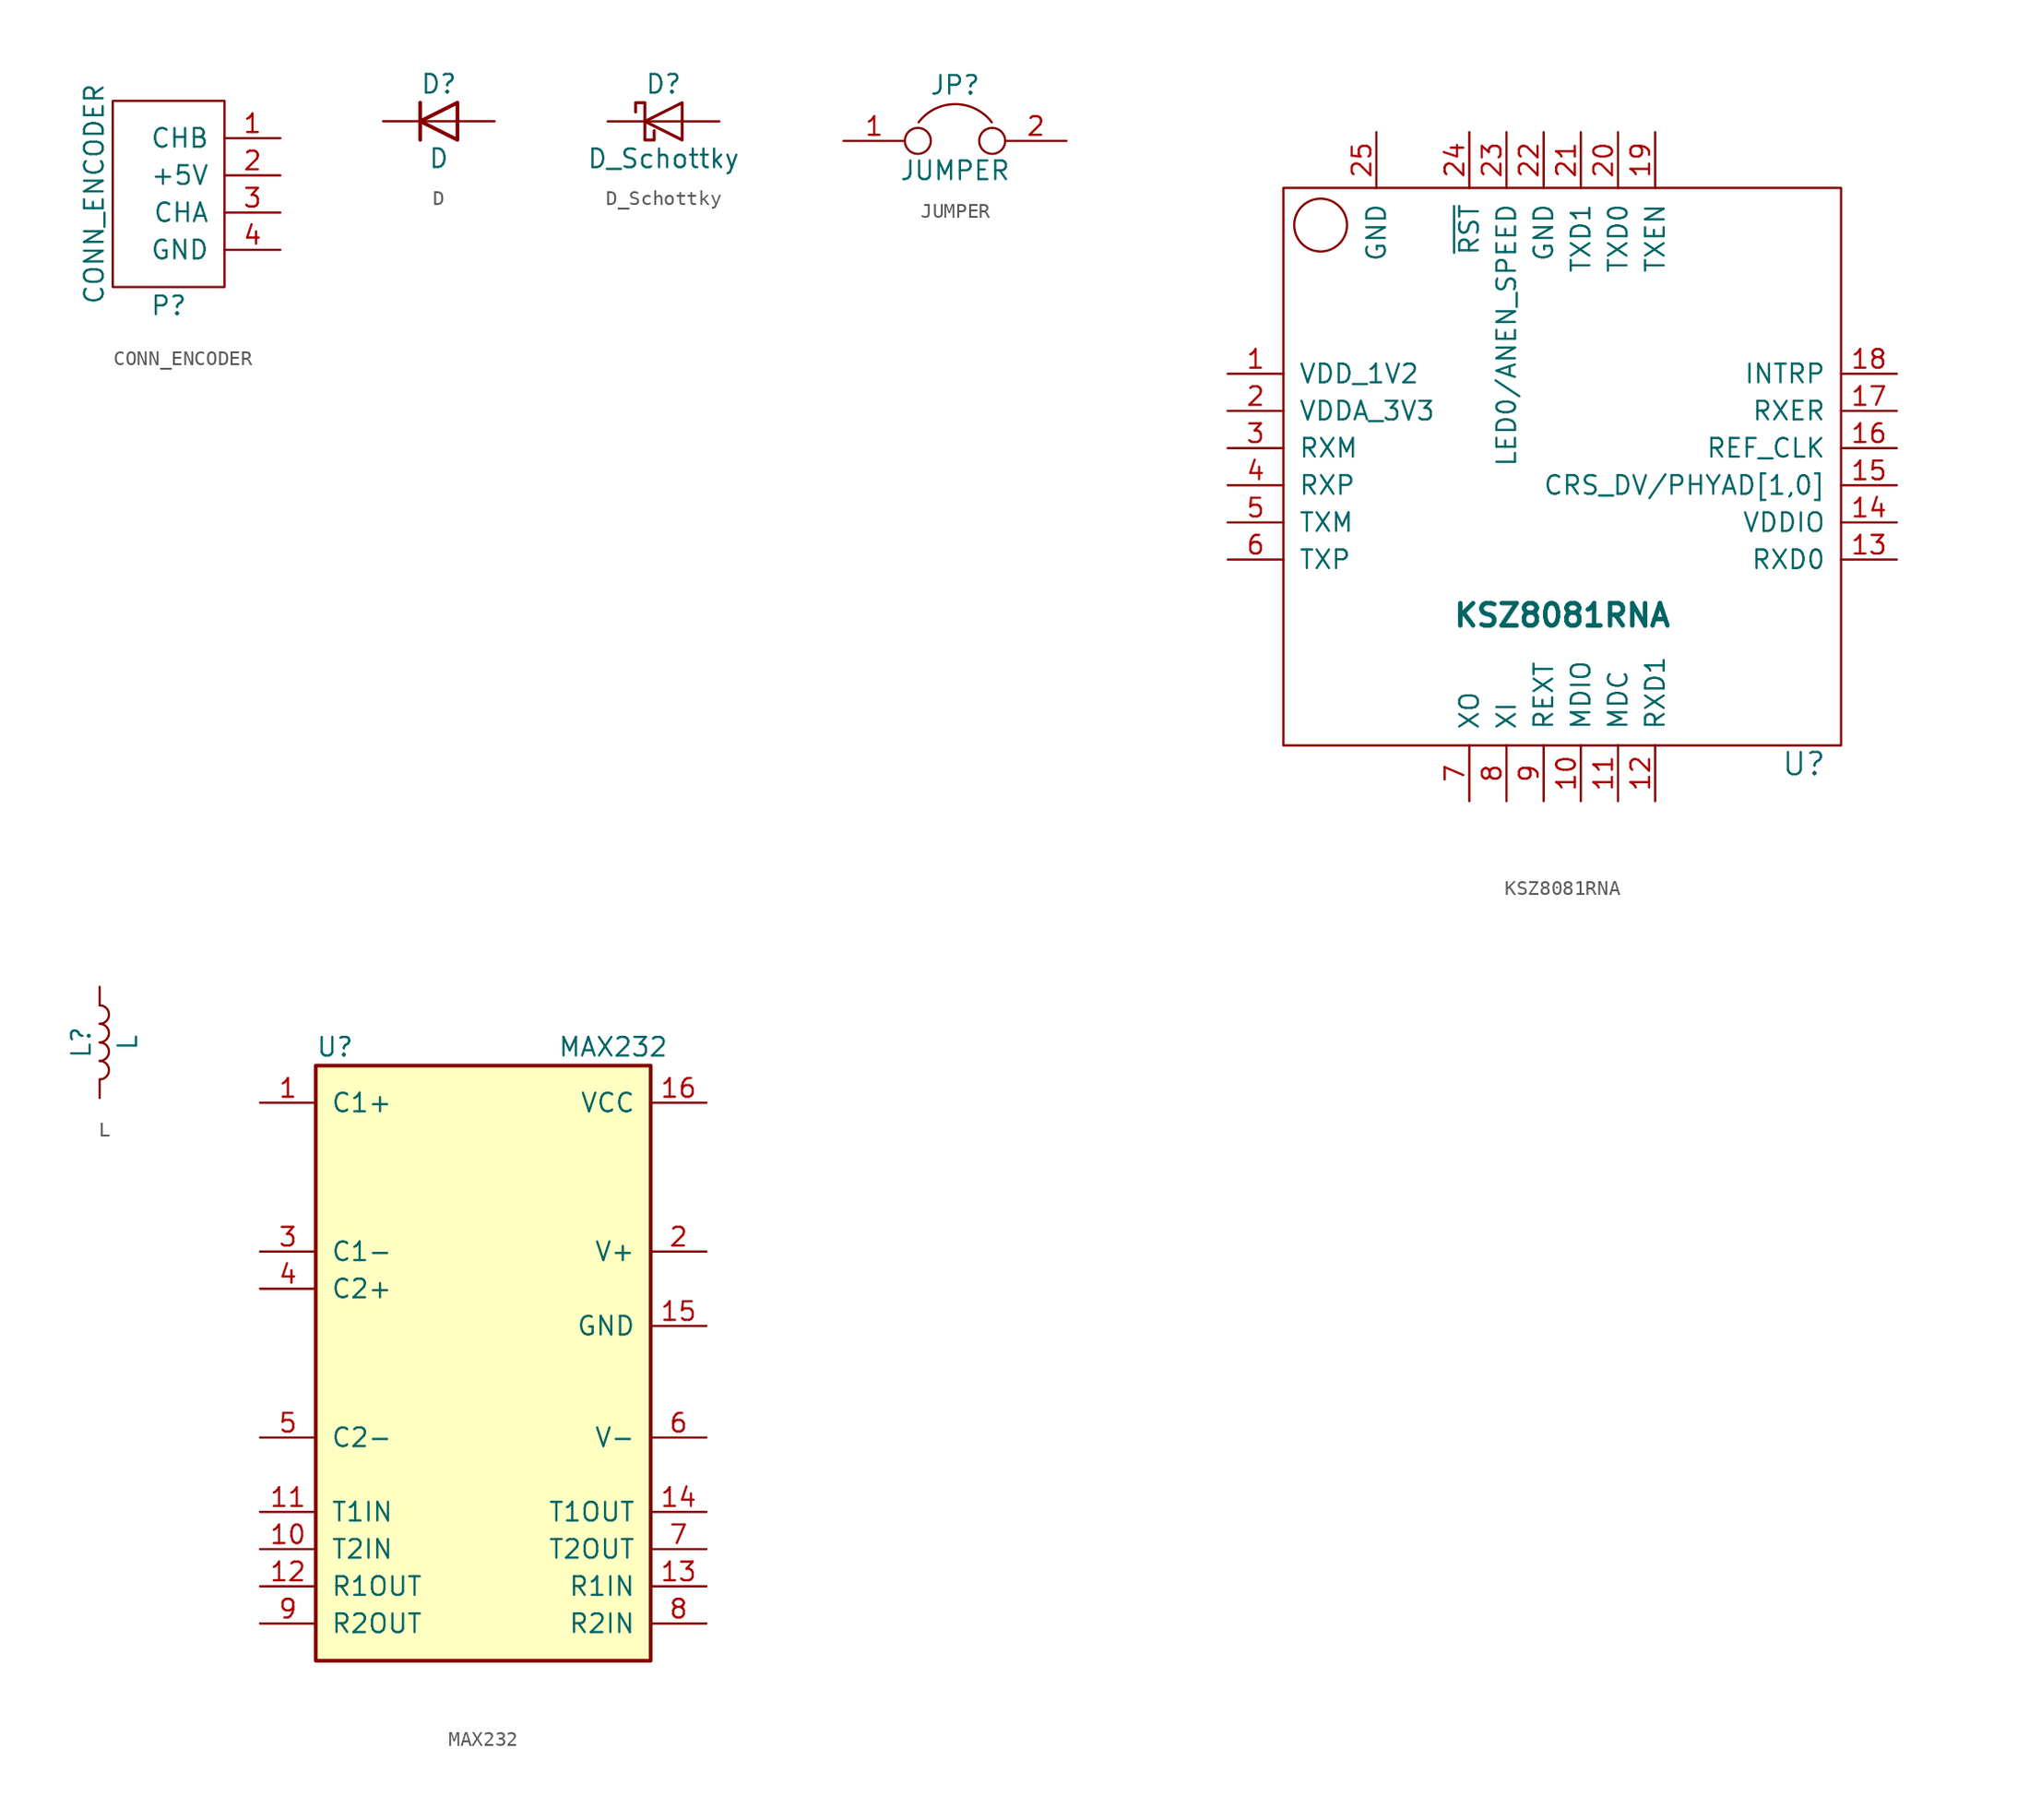
<source format=kicad_sym>
(kicad_symbol_lib
  (version 20231120)
  (generator "kicad_symbol_editor")
  (generator_version "8.0")
  (symbol "CONN_ENCODER"
    (pin_names
      (offset 1.016))
    (property "Reference" "P"
      (at 0 -7.62 0)
      (effects (font (size 1.27 1.27))))
    (property "Value" "CONN_ENCODER"
      (at -5.08 0 90)
      (effects (font (size 1.27 1.27))))
    (symbol "CONN_ENCODER_0_1"
      (rectangle (start -3.81 6.35) (end 3.81 -6.35) (stroke (width 0) (type solid)) (fill (type none))))
    (symbol "CONN_ENCODER_1_1"
      (pin output line (at 7.62 3.81 180) (length 3.81) (name "CHB" (effects (font (size 1.27 1.27)))) (number "1" (effects (font (size 1.27 1.27)))))
      (pin power_in line (at 7.62 1.27 180) (length 3.81) (name "+5V" (effects (font (size 1.27 1.27)))) (number "2" (effects (font (size 1.27 1.27)))))
      (pin output line (at 7.62 -1.27 180) (length 3.81) (name "CHA" (effects (font (size 1.27 1.27)))) (number "3" (effects (font (size 1.27 1.27)))))
      (pin power_in line (at 7.62 -3.81 180) (length 3.81) (name "GND" (effects (font (size 1.27 1.27)))) (number "4" (effects (font (size 1.27 1.27)))))))
  (symbol "D"
    (pin_numbers hide)
    (pin_names
      (offset 1.016) hide)
    (property "Reference" "D"
      (at 0 2.54 0)
      (effects (font (size 1.27 1.27))))
    (property "Value" "D"
      (at 0 -2.54 0)
      (effects (font (size 1.27 1.27))))
    (property "LCSC" ""
      (at 0 0 0)
      (effects (font (size 1.27 1.27))))
    (symbol "D_0_1"
      (polyline (pts (xy -1.27 1.27) (xy -1.27 -1.27)) (stroke (width 0.254) (type default)) (fill (type none)))
      (polyline (pts (xy 1.27 0) (xy -1.27 0)) (stroke (width 0) (type default)) (fill (type none)))
      (polyline (pts (xy 1.27 1.27) (xy 1.27 -1.27) (xy -1.27 0) (xy 1.27 1.27)) (stroke (width 0.254) (type default)) (fill (type none))))
    (symbol "D_1_1"
      (pin passive line (at -3.81 0 0) (length 2.54) (name "K" (effects (font (size 1.27 1.27)))) (number "1" (effects (font (size 1.27 1.27)))))
      (pin passive line (at 3.81 0 180) (length 2.54) (name "A" (effects (font (size 1.27 1.27)))) (number "2" (effects (font (size 1.27 1.27)))))))
  (symbol "D_Schottky"
    (pin_numbers hide)
    (pin_names
      (offset 1.016) hide)
    (property "Reference" "D"
      (at 0 2.54 0)
      (effects (font (size 1.27 1.27))))
    (property "Value" "D_Schottky"
      (at 0 -2.54 0)
      (effects (font (size 1.27 1.27))))
    (property "Footprint" ""
      (at 0 0 0)
      (effects (font (size 1.27 1.27))))
    (property "Datasheet" ""
      (at 0 0 0)
      (effects (font (size 1.27 1.27))))
    (symbol "D_Schottky_0_1"
      (polyline (pts (xy 1.27 0) (xy -1.27 0)) (stroke (width 0) (type solid)) (fill (type none)))
      (polyline (pts (xy 1.27 1.27) (xy 1.27 -1.27) (xy -1.27 0) (xy 1.27 1.27)) (stroke (width 0.203) (type solid)) (fill (type none)))
      (polyline (pts (xy -1.905 0.635) (xy -1.905 1.27) (xy -1.27 1.27) (xy -1.27 -1.27) (xy -0.635 -1.27) (xy -0.635 -0.635)) (stroke (width 0.203) (type solid)) (fill (type none))))
    (symbol "D_Schottky_1_1"
      (pin passive line (at -3.81 0 0) (length 2.54) (name "K" (effects (font (size 1.27 1.27)))) (number "1" (effects (font (size 1.27 1.27)))))
      (pin passive line (at 3.81 0 180) (length 2.54) (name "A" (effects (font (size 1.27 1.27)))) (number "2" (effects (font (size 1.27 1.27)))))))
  (symbol "JUMPER"
    (pin_names
      (offset 0.762) hide)
    (property "Reference" "JP"
      (at 0 3.81 0)
      (effects (font (size 1.27 1.27))))
    (property "Value" "JUMPER"
      (at 0 -2.032 0)
      (effects (font (size 1.27 1.27))))
    (symbol "JUMPER_0_1"
      (circle (center -2.54 0) (radius 0.889) (stroke (width 0) (type solid)) (fill (type none)))
      (arc (start 2.5146 1.27) (mid 0.0078 2.5097) (end -2.4892 1.27) (stroke (width 0) (type solid)) (fill (type none)))
      (circle (center 2.54 0) (radius 0.889) (stroke (width 0) (type solid)) (fill (type none)))
      (pin passive line (at -7.62 0 0) (length 4.191) (name "1" (effects (font (size 1.27 1.27)))) (number "1" (effects (font (size 1.27 1.27)))))
      (pin passive line (at 7.62 0 180) (length 4.191) (name "2" (effects (font (size 1.27 1.27)))) (number "2" (effects (font (size 1.27 1.27)))))))
  (symbol "KSZ8081RNA"
    (pin_names
      (offset 1.016))
    (property "Reference" "U"
      (at 16.51 -20.32 0)
      (effects (font (size 1.524 1.524))))
    (property "Value" "KSZ8081RNA"
      (at 0 -10.16 0)
      (effects (font (size 1.524 1.524) (bold yes))))
    (symbol "KSZ8081RNA_0_1"
      (rectangle (start -19.05 19.05) (end 19.05 -19.05) (stroke (width 0) (type solid)) (fill (type none)))
      (circle (center -16.51 16.51) (radius 1.803) (stroke (width 0) (type solid)) (fill (type none))))
    (symbol "KSZ8081RNA_1_1"
      (pin passive line (at -22.86 6.35 0) (length 3.81) (name "VDD_1V2" (effects (font (size 1.27 1.27)))) (number "1" (effects (font (size 1.27 1.27)))))
      (pin passive line (at 1.27 -22.86 90) (length 3.81) (name "MDIO" (effects (font (size 1.27 1.27)))) (number "10" (effects (font (size 1.27 1.27)))))
      (pin passive line (at 3.81 -22.86 90) (length 3.81) (name "MDC" (effects (font (size 1.27 1.27)))) (number "11" (effects (font (size 1.27 1.27)))))
      (pin passive line (at 6.35 -22.86 90) (length 3.81) (name "RXD1" (effects (font (size 1.27 1.27)))) (number "12" (effects (font (size 1.27 1.27)))))
      (pin passive line (at 22.86 -6.35 180) (length 3.81) (name "RXD0" (effects (font (size 1.27 1.27)))) (number "13" (effects (font (size 1.27 1.27)))))
      (pin passive line (at 22.86 -3.81 180) (length 3.81) (name "VDDIO" (effects (font (size 1.27 1.27)))) (number "14" (effects (font (size 1.27 1.27)))))
      (pin passive line (at 22.86 -1.27 180) (length 3.81) (name "CRS_DV/PHYAD[1,0]" (effects (font (size 1.27 1.27)))) (number "15" (effects (font (size 1.27 1.27)))))
      (pin passive line (at 22.86 1.27 180) (length 3.81) (name "REF_CLK" (effects (font (size 1.27 1.27)))) (number "16" (effects (font (size 1.27 1.27)))))
      (pin passive line (at 22.86 3.81 180) (length 3.81) (name "RXER" (effects (font (size 1.27 1.27)))) (number "17" (effects (font (size 1.27 1.27)))))
      (pin passive line (at 22.86 6.35 180) (length 3.81) (name "INTRP" (effects (font (size 1.27 1.27)))) (number "18" (effects (font (size 1.27 1.27)))))
      (pin passive line (at 6.35 22.86 270) (length 3.81) (name "TXEN" (effects (font (size 1.27 1.27)))) (number "19" (effects (font (size 1.27 1.27)))))
      (pin passive line (at -22.86 3.81 0) (length 3.81) (name "VDDA_3V3" (effects (font (size 1.27 1.27)))) (number "2" (effects (font (size 1.27 1.27)))))
      (pin passive line (at 3.81 22.86 270) (length 3.81) (name "TXD0" (effects (font (size 1.27 1.27)))) (number "20" (effects (font (size 1.27 1.27)))))
      (pin passive line (at 1.27 22.86 270) (length 3.81) (name "TXD1" (effects (font (size 1.27 1.27)))) (number "21" (effects (font (size 1.27 1.27)))))
      (pin passive line (at -1.27 22.86 270) (length 3.81) (name "GND" (effects (font (size 1.27 1.27)))) (number "22" (effects (font (size 1.27 1.27)))))
      (pin passive line (at -3.81 22.86 270) (length 3.81) (name "LED0/ANEN_SPEED" (effects (font (size 1.27 1.27)))) (number "23" (effects (font (size 1.27 1.27)))))
      (pin passive line (at -6.35 22.86 270) (length 3.81) (name "~{RST}" (effects (font (size 1.27 1.27)))) (number "24" (effects (font (size 1.27 1.27)))))
      (pin passive line (at -12.7 22.86 270) (length 3.81) (name "GND" (effects (font (size 1.27 1.27)))) (number "25" (effects (font (size 1.27 1.27)))))
      (pin passive line (at -22.86 1.27 0) (length 3.81) (name "RXM" (effects (font (size 1.27 1.27)))) (number "3" (effects (font (size 1.27 1.27)))))
      (pin passive line (at -22.86 -1.27 0) (length 3.81) (name "RXP" (effects (font (size 1.27 1.27)))) (number "4" (effects (font (size 1.27 1.27)))))
      (pin passive line (at -22.86 -3.81 0) (length 3.81) (name "TXM" (effects (font (size 1.27 1.27)))) (number "5" (effects (font (size 1.27 1.27)))))
      (pin passive line (at -22.86 -6.35 0) (length 3.81) (name "TXP" (effects (font (size 1.27 1.27)))) (number "6" (effects (font (size 1.27 1.27)))))
      (pin passive line (at -6.35 -22.86 90) (length 3.81) (name "XO" (effects (font (size 1.27 1.27)))) (number "7" (effects (font (size 1.27 1.27)))))
      (pin passive line (at -3.81 -22.86 90) (length 3.81) (name "XI" (effects (font (size 1.27 1.27)))) (number "8" (effects (font (size 1.27 1.27)))))
      (pin passive line (at -1.27 -22.86 90) (length 3.81) (name "REXT" (effects (font (size 1.27 1.27)))) (number "9" (effects (font (size 1.27 1.27)))))))
  (symbol "L"
    (pin_numbers hide)
    (pin_names
      (offset 1.016) hide)
    (property "Reference" "L"
      (at -1.27 0 90)
      (effects (font (size 1.27 1.27))))
    (property "Value" "L"
      (at 1.905 0 90)
      (effects (font (size 1.27 1.27))))
    (property "LCSC" ""
      (at 0 0 0)
      (effects (font (size 1.27 1.27))))
    (symbol "L_0_1"
      (arc (start 0 -2.54) (mid 0.6323 -1.905) (end 0 -1.27) (stroke (width 0) (type default)) (fill (type none)))
      (arc (start 0 -1.27) (mid 0.6323 -0.635) (end 0 0) (stroke (width 0) (type default)) (fill (type none)))
      (arc (start 0 0) (mid 0.6323 0.635) (end 0 1.27) (stroke (width 0) (type default)) (fill (type none)))
      (arc (start 0 1.27) (mid 0.6323 1.905) (end 0 2.54) (stroke (width 0) (type default)) (fill (type none))))
    (symbol "L_1_1"
      (pin passive line (at 0 3.81 270) (length 1.27) (name "1" (effects (font (size 1.27 1.27)))) (number "1" (effects (font (size 1.27 1.27)))))
      (pin passive line (at 0 -3.81 90) (length 1.27) (name "2" (effects (font (size 1.27 1.27)))) (number "2" (effects (font (size 1.27 1.27)))))))
  (symbol "MAX232"
    (pin_names
      (offset 1.016))
    (property "Reference" "U"
      (at -11.43 21.59 0)
      (effects (font (size 1.27 1.27)) (justify left)))
    (property "Value" "MAX232"
      (at 5.08 21.59 0)
      (effects (font (size 1.27 1.27)) (justify left)))
    (symbol "MAX232_0_1"
      (rectangle (start -11.43 -20.32) (end 11.43 20.32) (stroke (width 0.254) (type solid)) (fill (type background))))
    (symbol "MAX232_1_1"
      (pin passive line (at -15.24 17.78 0) (length 3.81) (name "C1+" (effects (font (size 1.27 1.27)))) (number "1" (effects (font (size 1.27 1.27)))))
      (pin input line (at -15.24 -12.7 0) (length 3.81) (name "T2IN" (effects (font (size 1.27 1.27)))) (number "10" (effects (font (size 1.27 1.27)))))
      (pin input line (at -15.24 -10.16 0) (length 3.81) (name "T1IN" (effects (font (size 1.27 1.27)))) (number "11" (effects (font (size 1.27 1.27)))))
      (pin output line (at -15.24 -15.24 0) (length 3.81) (name "R1OUT" (effects (font (size 1.27 1.27)))) (number "12" (effects (font (size 1.27 1.27)))))
      (pin input line (at 15.24 -15.24 180) (length 3.81) (name "R1IN" (effects (font (size 1.27 1.27)))) (number "13" (effects (font (size 1.27 1.27)))))
      (pin output line (at 15.24 -10.16 180) (length 3.81) (name "T1OUT" (effects (font (size 1.27 1.27)))) (number "14" (effects (font (size 1.27 1.27)))))
      (pin passive line (at 15.24 2.54 180) (length 3.81) (name "GND" (effects (font (size 1.27 1.27)))) (number "15" (effects (font (size 1.27 1.27)))))
      (pin passive line (at 15.24 17.78 180) (length 3.81) (name "VCC" (effects (font (size 1.27 1.27)))) (number "16" (effects (font (size 1.27 1.27)))))
      (pin passive line (at 15.24 7.62 180) (length 3.81) (name "V+" (effects (font (size 1.27 1.27)))) (number "2" (effects (font (size 1.27 1.27)))))
      (pin passive line (at -15.24 7.62 0) (length 3.81) (name "C1-" (effects (font (size 1.27 1.27)))) (number "3" (effects (font (size 1.27 1.27)))))
      (pin passive line (at -15.24 5.08 0) (length 3.81) (name "C2+" (effects (font (size 1.27 1.27)))) (number "4" (effects (font (size 1.27 1.27)))))
      (pin passive line (at -15.24 -5.08 0) (length 3.81) (name "C2-" (effects (font (size 1.27 1.27)))) (number "5" (effects (font (size 1.27 1.27)))))
      (pin passive line (at 15.24 -5.08 180) (length 3.81) (name "V-" (effects (font (size 1.27 1.27)))) (number "6" (effects (font (size 1.27 1.27)))))
      (pin output line (at 15.24 -12.7 180) (length 3.81) (name "T2OUT" (effects (font (size 1.27 1.27)))) (number "7" (effects (font (size 1.27 1.27)))))
      (pin input line (at 15.24 -17.78 180) (length 3.81) (name "R2IN" (effects (font (size 1.27 1.27)))) (number "8" (effects (font (size 1.27 1.27)))))
      (pin output line (at -15.24 -17.78 0) (length 3.81) (name "R2OUT" (effects (font (size 1.27 1.27)))) (number "9" (effects (font (size 1.27 1.27))))))))
</source>
